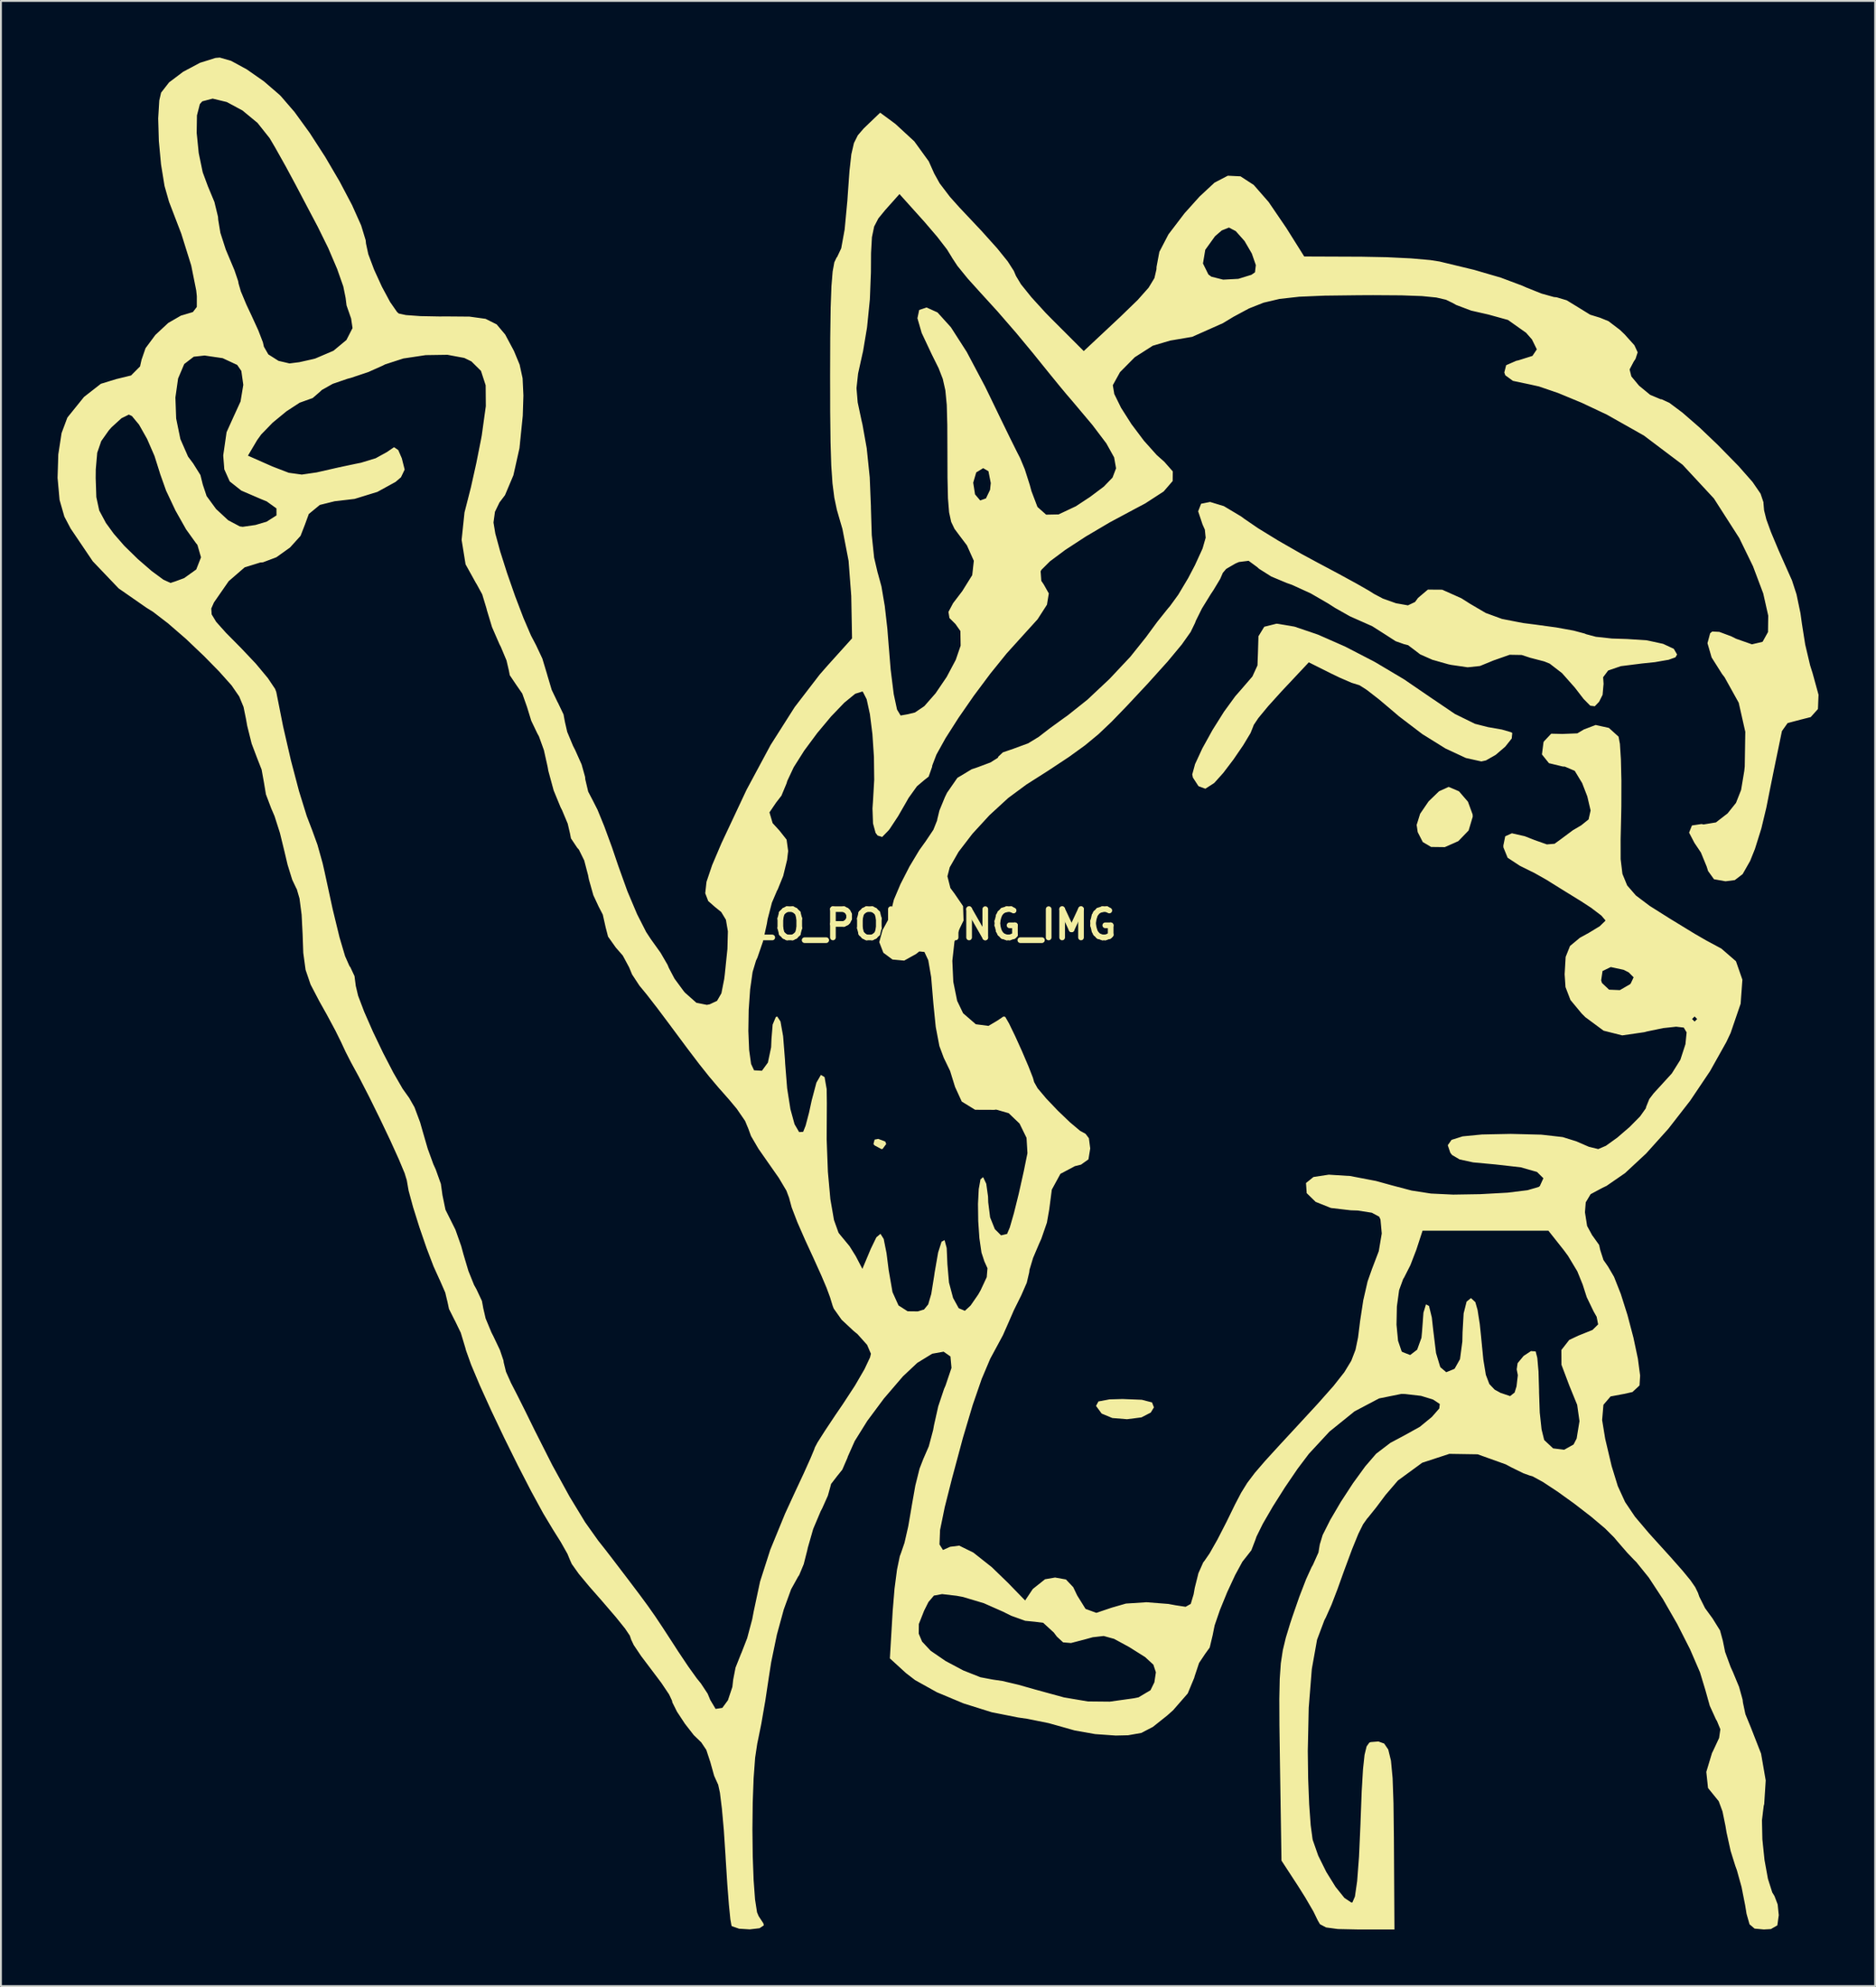
<source format=kicad_pcb>
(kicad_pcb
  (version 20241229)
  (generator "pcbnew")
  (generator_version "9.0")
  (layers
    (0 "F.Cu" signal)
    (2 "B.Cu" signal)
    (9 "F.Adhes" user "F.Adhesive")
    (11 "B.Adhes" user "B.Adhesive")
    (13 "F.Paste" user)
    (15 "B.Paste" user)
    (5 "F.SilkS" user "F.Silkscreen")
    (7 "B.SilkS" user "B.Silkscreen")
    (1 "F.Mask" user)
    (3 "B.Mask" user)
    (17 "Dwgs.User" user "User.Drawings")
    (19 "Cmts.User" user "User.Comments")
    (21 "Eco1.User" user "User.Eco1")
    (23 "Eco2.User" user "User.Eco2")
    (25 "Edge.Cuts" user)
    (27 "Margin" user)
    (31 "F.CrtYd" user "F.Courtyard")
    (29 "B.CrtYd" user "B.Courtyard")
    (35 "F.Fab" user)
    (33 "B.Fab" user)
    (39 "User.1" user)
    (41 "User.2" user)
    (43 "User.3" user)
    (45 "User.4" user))
  (footprint "FLO_POINTING_IMG"
    (layer "F.Cu")
    (at 45.793 45.936)
    (property "Reference" "FLO_POINTING_IMG" (at 0 0 0) (layer "F.SilkS") (effects (font (size 1.5 1.5) (thickness 0.3))))
    (attr board_only exclude_from_pos_files exclude_from_bom)
    (fp_poly (pts (xy -1.943 11.49) (xy -1.891 11.619) (xy -2.085 11.882) (xy -2.146 11.889) (xy -2.512 11.693) (xy -2.567 11.619) (xy -2.506 11.388) (xy -2.313 11.349)) (stroke (width 0) (type solid)) (fill yes) (layer "F.SilkS"))
    (fp_poly (pts (xy 11.653 25.171) (xy 12.191 25.311) (xy 12.292 25.573) (xy 12.124 25.848) (xy 11.631 26.103) (xy 10.869 26.2) (xy 10.086 26.136) (xy 9.534 25.907) (xy 9.511 25.886) (xy 9.224 25.495) (xy 9.352 25.259) (xy 9.94 25.149) (xy 10.628 25.13)) (stroke (width 0) (type solid)) (fill yes) (layer "F.SilkS"))
    (fp_poly (pts (xy 28.453 -7.065) (xy 28.93 -6.511) (xy 29.176 -5.84) (xy 29.183 -5.721) (xy 28.965 -4.99) (xy 28.418 -4.425) (xy 27.702 -4.107) (xy 26.977 -4.116) (xy 26.535 -4.377) (xy 26.267 -4.902) (xy 26.211 -5.284) (xy 26.395 -5.874) (xy 26.842 -6.529) (xy 27.395 -7.065) (xy 27.899 -7.295) (xy 27.912 -7.296)) (stroke (width 0) (type solid)) (fill yes) (layer "F.SilkS"))
    (fp_poly (pts (xy 19.737 -15.789) (xy 20.983 -15.365) (xy 22.44 -14.723) (xy 23.997 -13.916) (xy 25.543 -12.997) (xy 26.929 -12.049) (xy 28.242 -11.16) (xy 29.299 -10.641) (xy 29.991 -10.465) (xy 30.728 -10.336) (xy 31.209 -10.196) (xy 31.278 -10.155) (xy 31.248 -9.862) (xy 30.905 -9.43) (xy 30.4 -8.997) (xy 29.882 -8.701) (xy 29.638 -8.647) (xy 28.817 -8.83) (xy 27.736 -9.334) (xy 26.515 -10.093) (xy 25.27 -11.041) (xy 24.995 -11.277) (xy 24.206 -11.943) (xy 23.562 -12.442) (xy 23.176 -12.687) (xy 23.133 -12.699) (xy 22.768 -12.812) (xy 22.108 -13.098) (xy 21.694 -13.298) (xy 20.496 -13.897) (xy 19.03 -12.334) (xy 18.341 -11.571) (xy 17.826 -10.948) (xy 17.575 -10.574) (xy 17.564 -10.533) (xy 17.411 -10.151) (xy 17.022 -9.505) (xy 16.505 -8.749) (xy 15.965 -8.038) (xy 15.508 -7.528) (xy 15.476 -7.498) (xy 15.016 -7.201) (xy 14.666 -7.33) (xy 14.642 -7.353) (xy 14.358 -7.79) (xy 14.322 -7.958) (xy 14.471 -8.505) (xy 14.857 -9.339) (xy 15.397 -10.315) (xy 16.006 -11.284) (xy 16.602 -12.102) (xy 16.896 -12.437) (xy 17.508 -13.146) (xy 17.778 -13.734) (xy 17.802 -14.361) (xy 17.829 -15.278) (xy 18.137 -15.782) (xy 18.773 -15.942) (xy 18.813 -15.943)) (stroke (width 0) (type solid)) (fill yes) (layer "F.SilkS"))
    (fp_poly (pts (xy -36.601 -45.764) (xy -35.771 -45.312) (xy -34.862 -44.677) (xy -34.028 -43.957) (xy -33.962 -43.891) (xy -33.239 -43.053) (xy -32.436 -41.946) (xy -31.618 -40.681) (xy -30.848 -39.368) (xy -30.19 -38.119) (xy -29.709 -37.044) (xy -29.469 -36.256) (xy -29.453 -36.086) (xy -29.331 -35.521) (xy -29.022 -34.697) (xy -28.608 -33.792) (xy -28.174 -32.985) (xy -27.805 -32.455) (xy -27.717 -32.376) (xy -27.34 -32.295) (xy -26.569 -32.239) (xy -25.551 -32.22) (xy -25.23 -32.223) (xy -23.972 -32.213) (xy -23.117 -32.095) (xy -22.53 -31.801) (xy -22.078 -31.263) (xy -21.623 -30.412) (xy -21.61 -30.385) (xy -21.313 -29.669) (xy -21.156 -28.946) (xy -21.113 -28.031) (xy -21.147 -26.962) (xy -21.321 -25.245) (xy -21.643 -23.809) (xy -22.088 -22.754) (xy -22.382 -22.365) (xy -22.62 -21.873) (xy -22.698 -21.306) (xy -22.601 -20.72) (xy -22.345 -19.779) (xy -21.978 -18.625) (xy -21.551 -17.402) (xy -21.112 -16.251) (xy -20.711 -15.317) (xy -20.446 -14.813) (xy -20.11 -14.099) (xy -19.855 -13.253) (xy -19.853 -13.24) (xy -19.612 -12.433) (xy -19.299 -11.78) (xy -19.286 -11.762) (xy -18.988 -11.139) (xy -18.915 -10.747) (xy -18.792 -10.212) (xy -18.485 -9.474) (xy -18.374 -9.258) (xy -18.03 -8.488) (xy -17.844 -7.825) (xy -17.834 -7.698) (xy -17.681 -7.047) (xy -17.433 -6.573) (xy -17.187 -6.088) (xy -16.832 -5.219) (xy -16.421 -4.1) (xy -16.085 -3.11) (xy -15.603 -1.769) (xy -15.088 -0.551) (xy -14.609 0.391) (xy -14.361 0.768) (xy -13.846 1.488) (xy -13.477 2.124) (xy -13.405 2.297) (xy -13.108 2.86) (xy -12.618 3.526) (xy -12.548 3.607) (xy -11.949 4.138) (xy -11.394 4.249) (xy -11.242 4.219) (xy -10.855 4.037) (xy -10.624 3.638) (xy -10.474 2.877) (xy -10.444 2.639) (xy -10.304 1.286) (xy -10.279 0.356) (xy -10.384 -0.26) (xy -10.634 -0.671) (xy -10.947 -0.923) (xy -11.321 -1.249) (xy -11.48 -1.664) (xy -11.413 -2.268) (xy -11.112 -3.159) (xy -10.616 -4.323) (xy -9.29 -7.146) (xy -8.015 -9.52) (xy -6.74 -11.527) (xy -5.417 -13.249) (xy -4.996 -13.73) (xy -3.702 -15.166) (xy -3.744 -17.415) (xy -3.885 -19.274) (xy -4.212 -20.967) (xy -4.325 -21.351) (xy -4.505 -21.975) (xy -4.641 -22.62) (xy -4.738 -23.376) (xy -4.803 -24.33) (xy -4.841 -25.569) (xy -4.86 -27.182) (xy -4.862 -28.423) (xy -3.466 -28.423) (xy -3.403 -27.669) (xy -3.193 -26.682) (xy -3.152 -26.51) (xy -2.924 -25.238) (xy -2.765 -23.696) (xy -2.702 -22.153) (xy -2.702 -22.084) (xy -2.657 -20.64) (xy -2.532 -19.443) (xy -2.343 -18.636) (xy -2.333 -18.61) (xy -2.145 -17.921) (xy -1.968 -16.881) (xy -1.831 -15.678) (xy -1.799 -15.267) (xy -1.656 -13.515) (xy -1.494 -12.215) (xy -1.318 -11.395) (xy -1.132 -11.084) (xy -1.115 -11.082) (xy -0.744 -11.148) (xy -0.368 -11.241) (xy 0.126 -11.575) (xy 0.722 -12.254) (xy 1.312 -13.123) (xy 1.793 -14.029) (xy 2.051 -14.781) (xy 2.039 -15.555) (xy 1.78 -15.923) (xy 1.458 -16.246) (xy 1.406 -16.569) (xy 1.653 -17.034) (xy 2.135 -17.666) (xy 2.665 -18.516) (xy 2.75 -19.277) (xy 2.384 -20.094) (xy 1.984 -20.624) (xy 1.727 -20.969) (xy 1.55 -21.34) (xy 1.44 -21.844) (xy 1.38 -22.586) (xy 1.361 -23.414) (xy 2.717 -23.414) (xy 2.815 -22.795) (xy 3.088 -22.473) (xy 3.394 -22.583) (xy 3.61 -23.036) (xy 3.648 -23.396) (xy 3.525 -24.021) (xy 3.246 -24.184) (xy 2.877 -23.958) (xy 2.717 -23.414) (xy 1.361 -23.414) (xy 1.355 -23.669) (xy 1.351 -24.999) (xy 1.345 -26.476) (xy 1.316 -27.537) (xy 1.242 -28.308) (xy 1.105 -28.914) (xy 0.885 -29.48) (xy 0.562 -30.131) (xy 0.54 -30.173) (xy -0.011 -31.344) (xy -0.238 -32.127) (xy -0.145 -32.564) (xy 0.248 -32.696) (xy 0.826 -32.434) (xy 1.536 -31.648) (xy 2.376 -30.34) (xy 3.345 -28.51) (xy 3.609 -27.967) (xy 4.166 -26.814) (xy 4.661 -25.799) (xy 5.034 -25.047) (xy 5.2 -24.724) (xy 5.448 -24.13) (xy 5.717 -23.287) (xy 5.803 -22.968) (xy 6.122 -22.129) (xy 6.581 -21.72) (xy 7.24 -21.733) (xy 8.156 -22.165) (xy 8.917 -22.666) (xy 9.636 -23.206) (xy 10.098 -23.684) (xy 10.286 -24.176) (xy 10.183 -24.755) (xy 9.772 -25.495) (xy 9.035 -26.469) (xy 7.955 -27.753) (xy 7.655 -28.102) (xy 7.327 -28.496) (xy 6.767 -29.182) (xy 6.083 -30.029) (xy 5.894 -30.264) (xy 5 -31.342) (xy 4.007 -32.487) (xy 3.128 -33.452) (xy 3.12 -33.46) (xy 2.424 -34.231) (xy 1.879 -34.902) (xy 1.594 -35.336) (xy 1.587 -35.353) (xy 1.328 -35.772) (xy 0.81 -36.443) (xy 0.142 -37.224) (xy 0.114 -37.255) (xy -1.189 -38.705) (xy -1.945 -37.858) (xy -2.306 -37.417) (xy -2.53 -36.986) (xy -2.648 -36.422) (xy -2.695 -35.58) (xy -2.702 -34.554) (xy -2.758 -33.127) (xy -2.907 -31.641) (xy -3.119 -30.376) (xy -3.152 -30.235) (xy -3.382 -29.195) (xy -3.466 -28.423) (xy -4.862 -28.423) (xy -4.864 -29.05) (xy -4.857 -31.098) (xy -4.835 -32.665) (xy -4.794 -33.814) (xy -4.73 -34.602) (xy -4.64 -35.092) (xy -4.52 -35.343) (xy -4.493 -35.369) (xy -4.275 -35.832) (xy -4.094 -36.828) (xy -3.949 -38.36) (xy -3.932 -38.614) (xy -3.838 -39.924) (xy -3.739 -40.814) (xy -3.602 -41.405) (xy -3.397 -41.817) (xy -3.092 -42.172) (xy -2.977 -42.284) (xy -2.212 -43.017) (xy -1.405 -42.421) (xy -0.403 -41.497) (xy 0.363 -40.439) (xy 0.654 -39.788) (xy 0.941 -39.272) (xy 1.483 -38.56) (xy 1.976 -38.008) (xy 3.152 -36.76) (xy 3.992 -35.825) (xy 4.547 -35.137) (xy 4.87 -34.633) (xy 4.983 -34.367) (xy 5.25 -33.923) (xy 5.808 -33.231) (xy 6.553 -32.414) (xy 6.869 -32.092) (xy 8.574 -30.387) (xy 10.502 -32.193) (xy 11.429 -33.091) (xy 12.01 -33.745) (xy 12.319 -34.255) (xy 12.426 -34.72) (xy 12.43 -34.845) (xy 12.464 -35.027) (xy 14.89 -35.027) (xy 15.178 -34.445) (xy 15.335 -34.328) (xy 15.96 -34.171) (xy 16.765 -34.214) (xy 17.458 -34.428) (xy 17.646 -34.561) (xy 17.691 -34.941) (xy 17.478 -35.555) (xy 17.093 -36.217) (xy 16.628 -36.741) (xy 16.268 -36.93) (xy 15.885 -36.778) (xy 15.529 -36.471) (xy 15.011 -35.751) (xy 14.89 -35.027) (xy 12.464 -35.027) (xy 12.58 -35.645) (xy 13.061 -36.569) (xy 13.913 -37.687) (xy 14.709 -38.573) (xy 15.504 -39.312) (xy 16.207 -39.677) (xy 16.879 -39.644) (xy 17.579 -39.189) (xy 18.365 -38.289) (xy 19.298 -36.921) (xy 19.449 -36.681) (xy 20.254 -35.398) (xy 23.3 -35.386) (xy 24.654 -35.359) (xy 25.92 -35.297) (xy 26.934 -35.208) (xy 27.427 -35.131) (xy 29.255 -34.69) (xy 30.673 -34.276) (xy 31.804 -33.852) (xy 32.05 -33.743) (xy 32.834 -33.431) (xy 33.476 -33.252) (xy 33.628 -33.236) (xy 34.163 -33.076) (xy 34.784 -32.696) (xy 35.403 -32.314) (xy 35.922 -32.155) (xy 36.373 -31.972) (xy 36.98 -31.51) (xy 37.234 -31.267) (xy 37.748 -30.695) (xy 37.92 -30.32) (xy 37.806 -29.972) (xy 37.71 -29.827) (xy 37.493 -29.413) (xy 37.585 -29.045) (xy 37.993 -28.554) (xy 38.582 -28.069) (xy 39.137 -27.835) (xy 39.194 -27.832) (xy 39.599 -27.645) (xy 40.293 -27.126) (xy 41.197 -26.34) (xy 42.155 -25.427) (xy 43.264 -24.296) (xy 44.007 -23.452) (xy 44.431 -22.834) (xy 44.583 -22.382) (xy 44.585 -22.327) (xy 44.618 -21.947) (xy 44.738 -21.469) (xy 44.982 -20.798) (xy 45.382 -19.843) (xy 45.975 -18.508) (xy 46.096 -18.239) (xy 46.337 -17.495) (xy 46.545 -16.499) (xy 46.622 -15.943) (xy 46.797 -14.838) (xy 47.057 -13.738) (xy 47.19 -13.315) (xy 47.502 -12.18) (xy 47.472 -11.424) (xy 47.088 -10.996) (xy 46.545 -10.859) (xy 45.865 -10.68) (xy 45.566 -10.259) (xy 45.548 -10.183) (xy 45.402 -9.472) (xy 45.258 -8.782) (xy 45.115 -8.084) (xy 44.915 -7.093) (xy 44.741 -6.215) (xy 44.472 -5.093) (xy 44.133 -4.009) (xy 43.88 -3.378) (xy 43.481 -2.677) (xy 43.069 -2.362) (xy 42.576 -2.297) (xy 41.964 -2.406) (xy 41.65 -2.843) (xy 41.58 -3.069) (xy 41.27 -3.823) (xy 40.926 -4.335) (xy 40.645 -4.875) (xy 40.795 -5.254) (xy 41.307 -5.331) (xy 41.41 -5.308) (xy 42.066 -5.416) (xy 42.686 -5.896) (xy 43.129 -6.45) (xy 43.4 -7.135) (xy 43.568 -8.138) (xy 43.594 -8.379) (xy 43.622 -10.218) (xy 43.274 -11.757) (xy 42.524 -13.108) (xy 42.392 -13.279) (xy 41.838 -14.156) (xy 41.619 -14.911) (xy 41.76 -15.437) (xy 41.87 -15.529) (xy 42.247 -15.51) (xy 42.883 -15.273) (xy 43.135 -15.147) (xy 43.973 -14.852) (xy 44.537 -14.983) (xy 44.826 -15.502) (xy 44.838 -16.369) (xy 44.573 -17.545) (xy 44.029 -18.991) (xy 43.302 -20.483) (xy 41.958 -22.58) (xy 40.3 -24.366) (xy 38.25 -25.912) (xy 36.293 -27.017) (xy 34.96 -27.646) (xy 33.711 -28.163) (xy 32.689 -28.513) (xy 32.158 -28.631) (xy 31.311 -28.809) (xy 30.908 -29.104) (xy 30.855 -29.253) (xy 30.953 -29.639) (xy 31.492 -29.873) (xy 31.6 -29.896) (xy 32.345 -30.131) (xy 32.578 -30.478) (xy 32.32 -31.003) (xy 32.009 -31.356) (xy 31.049 -32.036) (xy 30.021 -32.32) (xy 29.102 -32.53) (xy 28.304 -32.831) (xy 28.114 -32.938) (xy 27.762 -33.107) (xy 27.252 -33.225) (xy 26.496 -33.3) (xy 25.408 -33.339) (xy 23.904 -33.349) (xy 23.115 -33.345) (xy 21.342 -33.324) (xy 19.994 -33.267) (xy 18.952 -33.151) (xy 18.102 -32.951) (xy 17.327 -32.644) (xy 16.51 -32.205) (xy 15.943 -31.863) (xy 14.319 -31.141) (xy 13.154 -30.943) (xy 12.229 -30.669) (xy 11.278 -30.061) (xy 10.496 -29.272) (xy 10.113 -28.578) (xy 10.191 -28.115) (xy 10.549 -27.385) (xy 11.101 -26.517) (xy 11.76 -25.64) (xy 12.437 -24.883) (xy 12.846 -24.518) (xy 13.29 -24.013) (xy 13.284 -23.501) (xy 12.806 -22.948) (xy 11.834 -22.317) (xy 11.298 -22.033) (xy 9.947 -21.309) (xy 8.682 -20.562) (xy 7.596 -19.854) (xy 6.782 -19.247) (xy 6.335 -18.802) (xy 6.289 -18.719) (xy 6.326 -18.213) (xy 6.449 -18.032) (xy 6.723 -17.547) (xy 6.625 -16.951) (xy 6.129 -16.179) (xy 5.282 -15.245) (xy 4.49 -14.369) (xy 3.623 -13.296) (xy 2.748 -12.124) (xy 1.936 -10.952) (xy 1.252 -9.88) (xy 0.767 -9.006) (xy 0.547 -8.429) (xy 0.54 -8.361) (xy 0.357 -7.842) (xy 0.124 -7.659) (xy -0.263 -7.331) (xy -0.706 -6.714) (xy -0.816 -6.519) (xy -1.264 -5.742) (xy -1.696 -5.086) (xy -1.761 -5) (xy -2.105 -4.646) (xy -2.347 -4.721) (xy -2.456 -4.865) (xy -2.59 -5.361) (xy -2.619 -6.156) (xy -2.59 -6.575) (xy -2.527 -7.676) (xy -2.542 -8.89) (xy -2.622 -10.09) (xy -2.755 -11.149) (xy -2.927 -11.94) (xy -3.128 -12.335) (xy -3.157 -12.351) (xy -3.532 -12.233) (xy -4.111 -11.76) (xy -4.81 -11.032) (xy -5.545 -10.152) (xy -6.234 -9.222) (xy -6.791 -8.342) (xy -7.133 -7.615) (xy -7.17 -7.488) (xy -7.442 -6.833) (xy -7.728 -6.463) (xy -8.077 -5.948) (xy -7.909 -5.379) (xy -7.542 -4.977) (xy -7.169 -4.504) (xy -7.087 -3.901) (xy -7.143 -3.43) (xy -7.35 -2.58) (xy -7.638 -1.869) (xy -7.675 -1.805) (xy -7.948 -1.163) (xy -8.174 -0.291) (xy -8.217 -0.039) (xy -8.424 0.901) (xy -8.717 1.752) (xy -8.79 1.906) (xy -8.971 2.511) (xy -9.101 3.428) (xy -9.177 4.516) (xy -9.195 5.633) (xy -9.154 6.634) (xy -9.051 7.378) (xy -8.893 7.716) (xy -8.476 7.74) (xy -8.16 7.307) (xy -7.989 6.497) (xy -7.971 6.066) (xy -7.908 5.294) (xy -7.74 4.893) (xy -7.666 4.864) (xy -7.493 5.128) (xy -7.355 5.9) (xy -7.256 7.148) (xy -7.245 7.363) (xy -7.14 8.674) (xy -6.967 9.772) (xy -6.748 10.572) (xy -6.505 10.989) (xy -6.292 10.976) (xy -6.162 10.649) (xy -5.98 9.959) (xy -5.841 9.318) (xy -5.591 8.372) (xy -5.352 7.959) (xy -5.158 8.074) (xy -5.047 8.71) (xy -5.037 9.457) (xy -5.047 11.366) (xy -4.982 13.089) (xy -4.85 14.544) (xy -4.659 15.648) (xy -4.418 16.321) (xy -4.334 16.429) (xy -3.833 17.035) (xy -3.505 17.562) (xy -3.154 18.235) (xy -2.707 17.17) (xy -2.414 16.564) (xy -2.196 16.38) (xy -2.025 16.649) (xy -1.875 17.404) (xy -1.762 18.295) (xy -1.558 19.468) (xy -1.239 20.174) (xy -0.756 20.483) (xy -0.218 20.489) (xy 0.112 20.388) (xy 0.333 20.119) (xy 0.495 19.565) (xy 0.649 18.609) (xy 0.676 18.417) (xy 0.858 17.371) (xy 1.041 16.797) (xy 1.2 16.712) (xy 1.312 17.129) (xy 1.351 18.001) (xy 1.434 18.959) (xy 1.651 19.776) (xy 1.95 20.32) (xy 2.276 20.457) (xy 2.578 20.179) (xy 2.98 19.597) (xy 3.107 19.374) (xy 3.435 18.673) (xy 3.473 18.201) (xy 3.31 17.842) (xy 3.155 17.369) (xy 3.045 16.61) (xy 2.983 15.705) (xy 2.971 14.791) (xy 3.011 14.007) (xy 3.104 13.491) (xy 3.243 13.376) (xy 3.409 13.727) (xy 3.504 14.409) (xy 3.513 14.709) (xy 3.613 15.506) (xy 3.864 16.131) (xy 4.193 16.46) (xy 4.511 16.385) (xy 4.656 16.042) (xy 4.873 15.29) (xy 5.131 14.251) (xy 5.4 13.048) (xy 5.591 12.106) (xy 5.543 11.294) (xy 5.172 10.537) (xy 4.597 9.987) (xy 3.935 9.798) (xy 3.828 9.811) (xy 2.818 9.807) (xy 2.11 9.371) (xy 1.755 8.595) (xy 1.493 7.749) (xy 1.157 7.053) (xy 0.925 6.428) (xy 0.732 5.417) (xy 0.607 4.173) (xy 0.49 2.78) (xy 0.337 1.886) (xy 0.132 1.446) (xy -0.139 1.419) (xy -0.313 1.556) (xy -0.939 1.904) (xy -1.559 1.847) (xy -2.043 1.487) (xy -2.26 0.926) (xy -2.08 0.267) (xy -2.039 0.205) (xy -1.722 -0.382) (xy -1.621 -0.774) (xy -1.486 -1.321) (xy -1.136 -2.147) (xy -0.659 -3.079) (xy -0.139 -3.946) (xy 0.196 -4.412) (xy 0.608 -5.027) (xy 0.807 -5.526) (xy 0.811 -5.571) (xy 0.928 -6.049) (xy 1.219 -6.758) (xy 1.332 -6.988) (xy 1.878 -7.777) (xy 2.638 -8.233) (xy 2.953 -8.339) (xy 3.629 -8.592) (xy 4.017 -8.835) (xy 4.053 -8.906) (xy 4.286 -9.126) (xy 4.842 -9.317) (xy 5.63 -9.607) (xy 6.186 -9.947) (xy 6.769 -10.397) (xy 7.522 -10.944) (xy 7.714 -11.079) (xy 8.769 -11.919) (xy 9.94 -13.019) (xy 11.041 -14.191) (xy 11.885 -15.247) (xy 11.889 -15.254) (xy 12.468 -16.042) (xy 13.041 -16.759) (xy 13.145 -16.879) (xy 13.583 -17.482) (xy 14.105 -18.357) (xy 14.467 -19.048) (xy 14.869 -19.927) (xy 15.033 -20.5) (xy 14.989 -20.929) (xy 14.868 -21.2) (xy 14.635 -21.898) (xy 14.791 -22.299) (xy 15.268 -22.394) (xy 15.998 -22.172) (xy 16.913 -21.625) (xy 17.059 -21.516) (xy 17.808 -21.003) (xy 18.877 -20.347) (xy 20.103 -19.644) (xy 20.948 -19.188) (xy 22.06 -18.596) (xy 23.009 -18.078) (xy 23.682 -17.694) (xy 23.955 -17.521) (xy 24.425 -17.273) (xy 25.112 -17.029) (xy 25.749 -16.915) (xy 26.125 -17.094) (xy 26.284 -17.31) (xy 26.806 -17.751) (xy 27.563 -17.746) (xy 28.58 -17.291) (xy 29.053 -16.992) (xy 29.871 -16.512) (xy 30.733 -16.197) (xy 31.839 -15.981) (xy 32.511 -15.895) (xy 33.603 -15.746) (xy 34.526 -15.578) (xy 35.115 -15.421) (xy 35.192 -15.387) (xy 35.701 -15.252) (xy 36.55 -15.159) (xy 37.369 -15.132) (xy 38.414 -15.062) (xy 39.27 -14.876) (xy 39.835 -14.613) (xy 40.009 -14.312) (xy 39.923 -14.163) (xy 39.561 -14.033) (xy 38.838 -13.908) (xy 38.167 -13.838) (xy 37.026 -13.694) (xy 36.356 -13.463) (xy 36.091 -13.109) (xy 36.114 -12.758) (xy 36.062 -12.177) (xy 35.877 -11.808) (xy 35.648 -11.57) (xy 35.409 -11.6) (xy 35.053 -11.961) (xy 34.591 -12.56) (xy 33.913 -13.325) (xy 33.258 -13.83) (xy 32.976 -13.944) (xy 32.23 -14.138) (xy 31.779 -14.287) (xy 31.138 -14.298) (xy 30.275 -13.994) (xy 30.269 -13.991) (xy 29.565 -13.703) (xy 28.913 -13.634) (xy 28.049 -13.76) (xy 27.893 -13.793) (xy 27.041 -14.034) (xy 26.393 -14.322) (xy 26.195 -14.475) (xy 25.756 -14.807) (xy 25.538 -14.862) (xy 25.098 -15.017) (xy 24.558 -15.365) (xy 23.859 -15.81) (xy 23.28 -16.067) (xy 22.677 -16.335) (xy 21.883 -16.784) (xy 21.524 -17.014) (xy 20.594 -17.552) (xy 19.613 -18) (xy 19.32 -18.104) (xy 18.508 -18.444) (xy 17.861 -18.853) (xy 17.763 -18.943) (xy 17.308 -19.276) (xy 16.798 -19.212) (xy 16.614 -19.134) (xy 16.121 -18.848) (xy 15.943 -18.639) (xy 15.803 -18.317) (xy 15.454 -17.736) (xy 15.294 -17.494) (xy 14.838 -16.754) (xy 14.514 -16.103) (xy 14.468 -15.979) (xy 14.236 -15.503) (xy 13.768 -14.842) (xy 13.022 -13.944) (xy 11.958 -12.763) (xy 10.849 -11.577) (xy 10.056 -10.757) (xy 9.361 -10.096) (xy 8.646 -9.504) (xy 7.796 -8.889) (xy 6.694 -8.16) (xy 5.539 -7.425) (xy 4.568 -6.707) (xy 3.582 -5.801) (xy 2.676 -4.815) (xy 1.942 -3.858) (xy 1.473 -3.037) (xy 1.351 -2.562) (xy 1.509 -1.939) (xy 1.727 -1.646) (xy 2.181 -0.98) (xy 2.206 -0.218) (xy 2.007 0.19) (xy 1.724 0.899) (xy 1.612 1.913) (xy 1.662 3.027) (xy 1.867 4.036) (xy 2.181 4.692) (xy 2.854 5.275) (xy 3.525 5.364) (xy 3.995 5.085) (xy 4.318 4.867) (xy 4.413 4.882) (xy 4.616 5.235) (xy 4.939 5.902) (xy 5.307 6.715) (xy 5.645 7.507) (xy 5.881 8.109) (xy 5.945 8.339) (xy 6.127 8.664) (xy 6.59 9.214) (xy 7.205 9.859) (xy 7.844 10.471) (xy 8.378 10.92) (xy 8.668 11.079) (xy 8.846 11.313) (xy 8.917 11.856) (xy 8.822 12.434) (xy 8.429 12.714) (xy 8.102 12.795) (xy 7.338 13.201) (xy 6.882 14.037) (xy 6.746 15.082) (xy 6.622 15.786) (xy 6.324 16.648) (xy 6.215 16.888) (xy 5.889 17.656) (xy 5.701 18.28) (xy 5.684 18.42) (xy 5.554 18.972) (xy 5.264 19.636) (xy 4.873 20.424) (xy 4.589 21.077) (xy 4.291 21.751) (xy 4.073 22.157) (xy 3.62 22.995) (xy 3.166 24.069) (xy 2.691 25.446) (xy 2.172 27.188) (xy 1.589 29.359) (xy 1.21 30.856) (xy 0.961 32.072) (xy 0.931 32.834) (xy 1.117 33.129) (xy 1.494 32.959) (xy 1.978 32.898) (xy 2.726 33.266) (xy 3.704 34.04) (xy 4.548 34.857) (xy 5.468 35.803) (xy 5.874 35.195) (xy 6.522 34.679) (xy 7.055 34.587) (xy 7.631 34.691) (xy 8.017 35.098) (xy 8.224 35.533) (xy 8.669 36.249) (xy 9.241 36.459) (xy 10.028 36.193) (xy 10.03 36.191) (xy 10.811 35.967) (xy 11.894 35.896) (xy 13.057 35.987) (xy 13.44 36.058) (xy 13.97 36.138) (xy 14.243 35.985) (xy 14.396 35.473) (xy 14.455 35.138) (xy 14.649 34.358) (xy 14.902 33.789) (xy 14.969 33.704) (xy 15.241 33.309) (xy 15.658 32.573) (xy 16.135 31.644) (xy 16.204 31.503) (xy 16.594 30.705) (xy 16.912 30.097) (xy 17.234 29.577) (xy 17.635 29.046) (xy 18.189 28.402) (xy 18.973 27.544) (xy 19.839 26.608) (xy 20.979 25.372) (xy 21.807 24.438) (xy 22.377 23.714) (xy 22.747 23.106) (xy 22.971 22.523) (xy 23.106 21.872) (xy 23.191 21.195) (xy 25.144 21.195) (xy 25.226 22.047) (xy 25.412 22.595) (xy 25.448 22.637) (xy 25.868 22.8) (xy 26.237 22.517) (xy 26.466 21.885) (xy 26.5 21.516) (xy 26.571 20.556) (xy 26.705 20.116) (xy 26.865 20.199) (xy 27.015 20.811) (xy 27.085 21.444) (xy 27.238 22.696) (xy 27.463 23.441) (xy 27.779 23.711) (xy 28.202 23.537) (xy 28.226 23.518) (xy 28.507 23.02) (xy 28.632 22.087) (xy 28.643 21.6) (xy 28.7 20.598) (xy 28.856 19.973) (xy 29.088 19.783) (xy 29.32 19.998) (xy 29.437 20.407) (xy 29.556 21.165) (xy 29.625 21.827) (xy 29.745 23.051) (xy 29.877 23.85) (xy 30.064 24.339) (xy 30.344 24.634) (xy 30.659 24.806) (xy 31.163 24.975) (xy 31.401 24.787) (xy 31.502 24.462) (xy 31.572 23.867) (xy 31.512 23.56) (xy 31.56 23.232) (xy 31.876 22.849) (xy 32.266 22.591) (xy 32.515 22.607) (xy 32.603 22.948) (xy 32.667 23.679) (xy 32.695 24.652) (xy 32.696 24.787) (xy 32.732 25.843) (xy 32.829 26.738) (xy 32.965 27.289) (xy 32.975 27.309) (xy 33.44 27.745) (xy 34.027 27.818) (xy 34.524 27.54) (xy 34.687 27.224) (xy 34.838 26.303) (xy 34.715 25.439) (xy 34.297 24.413) (xy 33.884 23.317) (xy 33.879 22.532) (xy 34.294 22.001) (xy 34.771 21.775) (xy 35.525 21.473) (xy 35.826 21.177) (xy 35.747 20.773) (xy 35.587 20.492) (xy 35.222 19.735) (xy 35.007 19.066) (xy 34.723 18.366) (xy 34.228 17.543) (xy 34.006 17.242) (xy 33.191 16.213) (xy 29.857 16.213) (xy 26.523 16.213) (xy 26.193 17.226) (xy 25.88 18.038) (xy 25.542 18.704) (xy 25.497 18.772) (xy 25.282 19.361) (xy 25.163 20.234) (xy 25.144 21.195) (xy 23.191 21.195) (xy 23.208 21.059) (xy 23.214 21.008) (xy 23.382 19.902) (xy 23.611 18.904) (xy 23.849 18.229) (xy 23.85 18.227) (xy 24.205 17.297) (xy 24.362 16.359) (xy 24.295 15.622) (xy 24.226 15.47) (xy 23.836 15.261) (xy 23.085 15.144) (xy 22.712 15.132) (xy 21.67 15.01) (xy 20.86 14.686) (xy 20.386 14.224) (xy 20.348 13.688) (xy 20.745 13.368) (xy 21.555 13.245) (xy 22.689 13.316) (xy 24.058 13.579) (xy 24.88 13.806) (xy 25.941 14.086) (xy 26.965 14.245) (xy 28.146 14.301) (xy 29.57 14.278) (xy 31.035 14.198) (xy 32.087 14.068) (xy 32.671 13.897) (xy 32.737 13.848) (xy 32.925 13.434) (xy 32.587 13.101) (xy 31.731 12.856) (xy 30.366 12.701) (xy 30.347 12.7) (xy 29.201 12.593) (xy 28.485 12.437) (xy 28.088 12.203) (xy 27.995 12.084) (xy 27.859 11.685) (xy 28.06 11.401) (xy 28.646 11.216) (xy 29.67 11.116) (xy 31.18 11.085) (xy 31.21 11.085) (xy 32.816 11.125) (xy 33.95 11.254) (xy 34.675 11.48) (xy 34.686 11.486) (xy 35.342 11.771) (xy 35.833 11.889) (xy 36.238 11.715) (xy 36.842 11.281) (xy 37.495 10.718) (xy 38.048 10.158) (xy 38.35 9.733) (xy 38.37 9.651) (xy 38.537 9.238) (xy 38.763 8.94) (xy 39.237 8.422) (xy 39.729 7.883) (xy 40.182 7.16) (xy 40.452 6.33) (xy 40.514 5.707) (xy 40.362 5.452) (xy 39.959 5.406) (xy 39.271 5.48) (xy 38.413 5.659) (xy 38.271 5.697) (xy 37.104 5.866) (xy 36.115 5.617) (xy 35.28 4.999) (xy 40.802 4.999) (xy 40.937 5.134) (xy 41.072 4.999) (xy 40.937 4.864) (xy 40.802 4.999) (xy 35.28 4.999) (xy 35.151 4.904) (xy 34.956 4.71) (xy 34.359 3.99) (xy 34.097 3.307) (xy 34.073 2.95) (xy 35.986 2.95) (xy 36.029 3.089) (xy 36.405 3.445) (xy 36.978 3.468) (xy 37.518 3.155) (xy 37.554 3.114) (xy 37.706 2.789) (xy 37.443 2.526) (xy 37.174 2.392) (xy 36.496 2.246) (xy 36.06 2.456) (xy 35.986 2.95) (xy 34.073 2.95) (xy 34.051 2.63) (xy 34.105 1.709) (xy 34.337 1.129) (xy 34.86 0.694) (xy 35.33 0.436) (xy 35.906 0.087) (xy 36.199 -0.195) (xy 36.209 -0.232) (xy 35.997 -0.481) (xy 35.451 -0.896) (xy 34.925 -1.239) (xy 34.099 -1.748) (xy 33.388 -2.19) (xy 33.101 -2.37) (xy 32.473 -2.725) (xy 31.705 -3.106) (xy 31.682 -3.117) (xy 31.031 -3.545) (xy 30.808 -4.091) (xy 30.804 -4.192) (xy 30.904 -4.681) (xy 31.256 -4.841) (xy 31.94 -4.685) (xy 32.462 -4.48) (xy 33.111 -4.251) (xy 33.518 -4.286) (xy 33.846 -4.524) (xy 34.485 -5) (xy 34.927 -5.26) (xy 35.32 -5.575) (xy 35.427 -6.049) (xy 35.252 -6.795) (xy 34.98 -7.498) (xy 34.586 -8.149) (xy 34.063 -8.373) (xy 33.959 -8.377) (xy 33.219 -8.555) (xy 32.849 -9.018) (xy 32.931 -9.659) (xy 32.958 -9.713) (xy 33.34 -10.117) (xy 33.933 -10.103) (xy 34.725 -10.135) (xy 35.071 -10.341) (xy 35.696 -10.578) (xy 36.395 -10.423) (xy 36.907 -9.961) (xy 36.98 -9.575) (xy 37.032 -8.76) (xy 37.059 -7.627) (xy 37.056 -6.286) (xy 37.05 -5.954) (xy 37.017 -4.527) (xy 37.019 -3.47) (xy 37.114 -2.687) (xy 37.364 -2.078) (xy 37.826 -1.546) (xy 38.559 -0.993) (xy 39.625 -0.321) (xy 40.937 0.481) (xy 41.556 0.838) (xy 42.314 1.246) (xy 42.353 1.266) (xy 43.128 1.938) (xy 43.469 2.917) (xy 43.375 4.189) (xy 42.845 5.738) (xy 42.618 6.219) (xy 41.752 7.765) (xy 40.702 9.327) (xy 39.548 10.811) (xy 38.371 12.121) (xy 37.252 13.162) (xy 36.273 13.838) (xy 36.061 13.939) (xy 35.428 14.278) (xy 35.169 14.711) (xy 35.128 15.238) (xy 35.242 15.963) (xy 35.518 16.469) (xy 35.533 16.483) (xy 35.878 16.968) (xy 35.938 17.238) (xy 36.109 17.767) (xy 36.348 18.109) (xy 36.669 18.658) (xy 37.027 19.565) (xy 37.382 20.687) (xy 37.696 21.878) (xy 37.932 22.994) (xy 38.051 23.89) (xy 38.018 24.413) (xy 37.644 24.76) (xy 37.196 24.86) (xy 36.485 24.994) (xy 36.107 25.436) (xy 36.038 26.244) (xy 36.199 27.233) (xy 36.54 28.678) (xy 36.868 29.745) (xy 37.255 30.589) (xy 37.778 31.365) (xy 38.509 32.228) (xy 38.687 32.426) (xy 39.644 33.482) (xy 40.299 34.224) (xy 40.719 34.735) (xy 40.97 35.099) (xy 41.115 35.398) (xy 41.189 35.609) (xy 41.492 36.211) (xy 41.891 36.758) (xy 42.285 37.393) (xy 42.433 37.939) (xy 42.554 38.532) (xy 42.845 39.326) (xy 42.964 39.586) (xy 43.292 40.379) (xy 43.48 41.054) (xy 43.497 41.207) (xy 43.628 41.827) (xy 43.921 42.541) (xy 44.459 43.919) (xy 44.704 45.337) (xy 44.624 46.587) (xy 44.596 46.697) (xy 44.506 47.445) (xy 44.527 48.457) (xy 44.64 49.551) (xy 44.822 50.549) (xy 45.051 51.27) (xy 45.169 51.462) (xy 45.337 51.904) (xy 45.396 52.475) (xy 45.32 53.016) (xy 44.978 53.212) (xy 44.602 53.232) (xy 44.115 53.187) (xy 43.847 52.959) (xy 43.689 52.405) (xy 43.616 51.953) (xy 43.424 50.981) (xy 43.176 50.089) (xy 43.092 49.859) (xy 42.846 49.073) (xy 42.629 48.09) (xy 42.576 47.766) (xy 42.415 46.98) (xy 42.215 46.438) (xy 42.121 46.322) (xy 41.648 45.738) (xy 41.557 44.885) (xy 41.858 43.886) (xy 41.907 43.79) (xy 42.235 43.087) (xy 42.301 42.627) (xy 42.123 42.193) (xy 42.069 42.104) (xy 41.741 41.384) (xy 41.508 40.552) (xy 41.222 39.608) (xy 40.697 38.391) (xy 40.015 37.048) (xy 39.258 35.73) (xy 38.508 34.587) (xy 37.847 33.767) (xy 37.719 33.641) (xy 37.367 33.272) (xy 36.851 32.677) (xy 36.673 32.465) (xy 36.19 31.983) (xy 35.45 31.359) (xy 34.574 30.682) (xy 33.684 30.041) (xy 32.902 29.526) (xy 32.35 29.225) (xy 32.198 29.183) (xy 31.868 29.064) (xy 31.251 28.762) (xy 30.935 28.594) (xy 29.444 28.059) (xy 27.941 28.036) (xy 26.506 28.506) (xy 25.219 29.447) (xy 24.563 30.212) (xy 24.064 30.878) (xy 23.649 31.395) (xy 23.584 31.469) (xy 23.372 31.768) (xy 23.121 32.275) (xy 22.795 33.075) (xy 22.358 34.251) (xy 22.02 35.195) (xy 21.703 36.022) (xy 21.401 36.7) (xy 21.324 36.846) (xy 20.935 37.881) (xy 20.657 39.433) (xy 20.493 41.488) (xy 20.443 43.774) (xy 20.462 45.231) (xy 20.516 46.589) (xy 20.597 47.707) (xy 20.696 48.444) (xy 20.71 48.503) (xy 20.995 49.318) (xy 21.425 50.187) (xy 21.916 50.978) (xy 22.384 51.561) (xy 22.748 51.805) (xy 22.807 51.8) (xy 22.941 51.488) (xy 23.059 50.667) (xy 23.158 49.367) (xy 23.236 47.619) (xy 23.238 47.539) (xy 23.3 45.91) (xy 23.368 44.748) (xy 23.451 43.98) (xy 23.56 43.533) (xy 23.704 43.333) (xy 23.779 43.305) (xy 24.186 43.273) (xy 24.49 43.383) (xy 24.706 43.699) (xy 24.85 44.289) (xy 24.937 45.217) (xy 24.984 46.55) (xy 25.005 48.353) (xy 25.006 48.488) (xy 25.035 53.232) (xy 23.087 53.232) (xy 22.04 53.21) (xy 21.413 53.126) (xy 21.089 52.954) (xy 20.975 52.759) (xy 20.743 52.282) (xy 20.313 51.543) (xy 19.931 50.935) (xy 19.05 49.584) (xy 18.967 44.257) (xy 18.941 42.418) (xy 18.935 41.018) (xy 18.957 39.956) (xy 19.015 39.129) (xy 19.12 38.437) (xy 19.279 37.777) (xy 19.501 37.048) (xy 19.618 36.691) (xy 19.996 35.603) (xy 20.359 34.665) (xy 20.647 34.033) (xy 20.714 33.919) (xy 21.009 33.259) (xy 21.078 32.838) (xy 21.23 32.337) (xy 21.63 31.541) (xy 22.193 30.581) (xy 22.839 29.591) (xy 23.484 28.703) (xy 24.046 28.05) (xy 24.076 28.02) (xy 24.819 27.453) (xy 25.576 27.049) (xy 26.379 26.604) (xy 27.02 26.077) (xy 27.409 25.632) (xy 27.437 25.395) (xy 27.112 25.178) (xy 27.064 25.153) (xy 26.442 24.963) (xy 25.595 24.864) (xy 25.399 24.86) (xy 24.217 25.1) (xy 22.919 25.785) (xy 21.59 26.858) (xy 20.498 28.037) (xy 19.898 28.833) (xy 19.234 29.809) (xy 18.592 30.824) (xy 18.061 31.739) (xy 17.728 32.413) (xy 17.67 32.581) (xy 17.454 33.144) (xy 17.261 33.392) (xy 16.979 33.749) (xy 16.593 34.46) (xy 16.173 35.365) (xy 15.789 36.305) (xy 15.508 37.122) (xy 15.402 37.65) (xy 15.247 38.297) (xy 15.004 38.634) (xy 14.682 39.117) (xy 14.442 39.84) (xy 14.432 39.889) (xy 14.083 40.729) (xy 13.309 41.617) (xy 13.007 41.887) (xy 12.239 42.5) (xy 11.622 42.821) (xy 10.922 42.943) (xy 10.268 42.958) (xy 9.173 42.881) (xy 8.091 42.689) (xy 7.671 42.569) (xy 6.717 42.302) (xy 5.586 42.073) (xy 5.104 42.003) (xy 3.7 41.725) (xy 2.205 41.256) (xy 0.793 40.665) (xy -0.36 40.023) (xy -0.84 39.654) (xy -1.698 38.871) (xy -1.62 37.561) (xy -0.169 37.561) (xy 0.009 37.982) (xy 0.464 38.468) (xy 1.253 39.01) (xy 2.193 39.51) (xy 3.1 39.87) (xy 3.738 39.991) (xy 4.263 40.068) (xy 5.109 40.268) (xy 5.984 40.516) (xy 7.536 40.941) (xy 8.793 41.152) (xy 9.952 41.163) (xy 11.205 40.988) (xy 11.48 40.933) (xy 12.11 40.557) (xy 12.316 40.138) (xy 12.396 39.608) (xy 12.262 39.203) (xy 11.825 38.801) (xy 10.999 38.282) (xy 10.944 38.25) (xy 10.182 37.837) (xy 9.63 37.684) (xy 9.048 37.751) (xy 8.615 37.871) (xy 7.899 38.057) (xy 7.482 38.023) (xy 7.151 37.719) (xy 6.989 37.503) (xy 6.425 36.986) (xy 5.986 36.93) (xy 5.474 36.88) (xy 4.723 36.61) (xy 4.301 36.399) (xy 3.283 35.949) (xy 2.176 35.617) (xy 1.843 35.555) (xy 1.069 35.464) (xy 0.635 35.545) (xy 0.345 35.887) (xy 0.116 36.345) (xy -0.164 37.054) (xy -0.169 37.561) (xy -1.62 37.561) (xy -1.548 36.349) (xy -1.451 35.176) (xy -1.318 34.161) (xy -1.172 33.459) (xy -1.106 33.283) (xy -0.924 32.752) (xy -0.723 31.869) (xy -0.543 30.822) (xy -0.535 30.767) (xy -0.349 29.715) (xy -0.125 28.818) (xy 0.091 28.261) (xy 0.1 28.246) (xy 0.365 27.636) (xy 0.593 26.781) (xy 0.645 26.498) (xy 0.865 25.517) (xy 1.174 24.593) (xy 1.25 24.42) (xy 1.567 23.481) (xy 1.512 22.877) (xy 1.15 22.622) (xy 0.544 22.731) (xy -0.245 23.215) (xy -1.007 23.931) (xy -2.016 25.108) (xy -2.896 26.292) (xy -3.561 27.359) (xy -3.928 28.184) (xy -3.942 28.236) (xy -4.219 28.875) (xy -4.485 29.205) (xy -4.812 29.629) (xy -4.864 29.828) (xy -4.983 30.251) (xy -5.277 30.909) (xy -5.365 31.078) (xy -5.76 32.013) (xy -6.049 33.021) (xy -6.064 33.101) (xy -6.262 33.881) (xy -6.501 34.457) (xy -6.557 34.537) (xy -6.929 35.208) (xy -7.319 36.279) (xy -7.684 37.615) (xy -7.987 39.079) (xy -8.108 39.856) (xy -8.296 41.104) (xy -8.511 42.346) (xy -8.71 43.324) (xy -8.721 43.369) (xy -8.836 44.132) (xy -8.917 45.223) (xy -8.965 46.53) (xy -8.98 47.939) (xy -8.964 49.336) (xy -8.917 50.608) (xy -8.841 51.641) (xy -8.735 52.323) (xy -8.651 52.525) (xy -8.398 52.91) (xy -8.377 53.016) (xy -8.603 53.167) (xy -9.12 53.227) (xy -9.687 53.192) (xy -10.061 53.062) (xy -10.088 53.029) (xy -10.148 52.697) (xy -10.225 51.933) (xy -10.31 50.845) (xy -10.393 49.542) (xy -10.406 49.314) (xy -10.494 47.977) (xy -10.597 46.831) (xy -10.701 45.987) (xy -10.796 45.554) (xy -10.809 45.531) (xy -11.007 45.093) (xy -11.198 44.409) (xy -11.204 44.384) (xy -11.423 43.719) (xy -11.696 43.312) (xy -11.708 43.303) (xy -12.086 42.937) (xy -12.553 42.337) (xy -12.976 41.695) (xy -13.221 41.205) (xy -13.24 41.108) (xy -13.397 40.777) (xy -13.806 40.167) (xy -14.321 39.483) (xy -14.879 38.743) (xy -15.27 38.16) (xy -15.402 37.881) (xy -15.475 37.666) (xy -15.727 37.291) (xy -16.21 36.69) (xy -16.976 35.798) (xy -17.628 35.056) (xy -18.182 34.389) (xy -18.55 33.871) (xy -18.641 33.669) (xy -18.781 33.33) (xy -19.141 32.694) (xy -19.547 32.048) (xy -20.064 31.187) (xy -20.702 30.016) (xy -21.409 28.645) (xy -22.133 27.181) (xy -22.822 25.732) (xy -23.423 24.406) (xy -23.884 23.311) (xy -24.154 22.555) (xy -24.187 22.428) (xy -24.431 21.62) (xy -24.746 20.968) (xy -24.759 20.949) (xy -25.055 20.36) (xy -25.131 20.003) (xy -25.255 19.489) (xy -25.551 18.812) (xy -25.568 18.78) (xy -25.876 18.099) (xy -26.244 17.133) (xy -26.621 16.038) (xy -26.956 14.971) (xy -27.196 14.089) (xy -27.29 13.549) (xy -27.291 13.541) (xy -27.406 13.166) (xy -27.716 12.424) (xy -28.168 11.427) (xy -28.709 10.29) (xy -29.284 9.123) (xy -29.841 8.041) (xy -30.247 7.296) (xy -30.532 6.739) (xy -30.776 6.215) (xy -31.072 5.616) (xy -31.53 4.763) (xy -31.928 4.053) (xy -32.389 3.17) (xy -32.653 2.393) (xy -32.776 1.493) (xy -32.811 0.508) (xy -32.864 -0.535) (xy -32.975 -1.389) (xy -33.122 -1.891) (xy -33.145 -1.924) (xy -33.362 -2.382) (xy -33.607 -3.175) (xy -33.769 -3.861) (xy -34.013 -4.86) (xy -34.298 -5.751) (xy -34.472 -6.157) (xy -34.755 -6.905) (xy -34.856 -7.512) (xy -34.982 -8.214) (xy -35.237 -8.866) (xy -35.51 -9.589) (xy -35.747 -10.537) (xy -35.811 -10.9) (xy -35.941 -11.536) (xy -36.17 -12.089) (xy -36.574 -12.675) (xy -37.233 -13.413) (xy -38.035 -14.23) (xy -38.997 -15.145) (xy -39.942 -15.963) (xy -40.736 -16.573) (xy -41.014 -16.746) (xy -37.65 -16.746) (xy -37.629 -16.437) (xy -37.389 -16.041) (xy -36.871 -15.462) (xy -36.087 -14.67) (xy -35.289 -13.827) (xy -34.652 -13.062) (xy -34.27 -12.493) (xy -34.206 -12.328) (xy -33.843 -10.497) (xy -33.43 -8.703) (xy -33.002 -7.077) (xy -32.591 -5.751) (xy -32.302 -4.999) (xy -32.025 -4.236) (xy -31.75 -3.254) (xy -31.655 -2.837) (xy -31.219 -0.826) (xy -30.856 0.67) (xy -30.56 1.671) (xy -30.327 2.197) (xy -30.282 2.252) (xy -30.061 2.725) (xy -29.994 3.246) (xy -29.871 3.764) (xy -29.547 4.617) (xy -29.084 5.672) (xy -28.547 6.793) (xy -28.001 7.846) (xy -27.51 8.696) (xy -27.164 9.18) (xy -26.882 9.676) (xy -26.585 10.473) (xy -26.454 10.936) (xy -26.182 11.872) (xy -25.882 12.696) (xy -25.76 12.963) (xy -25.485 13.734) (xy -25.402 14.329) (xy -25.242 15.102) (xy -25.009 15.569) (xy -24.713 16.163) (xy -24.409 17.025) (xy -24.292 17.453) (xy -24.027 18.345) (xy -23.729 19.085) (xy -23.602 19.313) (xy -23.309 19.938) (xy -23.238 20.327) (xy -23.115 20.862) (xy -22.808 21.601) (xy -22.698 21.817) (xy -22.358 22.533) (xy -22.17 23.088) (xy -22.157 23.193) (xy -22.036 23.685) (xy -21.772 24.277) (xy -21.458 24.886) (xy -21.008 25.784) (xy -20.534 26.751) (xy -19.584 28.63) (xy -18.668 30.299) (xy -17.841 31.661) (xy -17.16 32.619) (xy -17.159 32.621) (xy -16.795 33.081) (xy -16.42 33.567) (xy -15.572 34.679) (xy -14.966 35.481) (xy -14.515 36.094) (xy -14.134 36.637) (xy -13.738 37.231) (xy -13.24 37.996) (xy -12.911 38.505) (xy -12.382 39.296) (xy -11.928 39.929) (xy -11.711 40.196) (xy -11.352 40.74) (xy -11.213 41.074) (xy -10.93 41.548) (xy -10.574 41.493) (xy -10.278 41.09) (xy -10.042 40.384) (xy -9.998 39.996) (xy -9.875 39.361) (xy -9.578 38.613) (xy -9.563 38.584) (xy -9.258 37.801) (xy -8.991 36.8) (xy -8.909 36.368) (xy -8.574 34.798) (xy -8.036 33.121) (xy -7.251 31.205) (xy -6.727 30.067) (xy -6.263 29.073) (xy -5.904 28.274) (xy -5.701 27.788) (xy -5.674 27.7) (xy -5.531 27.431) (xy -5.144 26.822) (xy -4.582 25.977) (xy -4.188 25.4) (xy -3.545 24.416) (xy -3.042 23.549) (xy -2.749 22.927) (xy -2.702 22.732) (xy -2.905 22.26) (xy -3.411 21.695) (xy -3.63 21.514) (xy -4.255 20.929) (xy -4.671 20.341) (xy -4.727 20.199) (xy -4.867 19.741) (xy -5.051 19.242) (xy -5.331 18.582) (xy -5.756 17.64) (xy -6.188 16.703) (xy -6.599 15.765) (xy -6.898 14.986) (xy -7.025 14.522) (xy -7.026 14.501) (xy -7.179 14.093) (xy -7.582 13.415) (xy -8.106 12.667) (xy -8.662 11.87) (xy -9.055 11.197) (xy -9.194 10.816) (xy -9.369 10.396) (xy -9.809 9.756) (xy -10.208 9.277) (xy -10.786 8.622) (xy -11.281 8.036) (xy -11.79 7.397) (xy -12.409 6.582) (xy -13.236 5.47) (xy -13.385 5.269) (xy -14.024 4.417) (xy -14.581 3.699) (xy -14.942 3.26) (xy -14.958 3.243) (xy -15.355 2.639) (xy -15.51 2.265) (xy -15.849 1.635) (xy -16.22 1.21) (xy -16.629 0.633) (xy -16.753 0.153) (xy -16.907 -0.532) (xy -17.125 -0.953) (xy -17.408 -1.561) (xy -17.645 -2.402) (xy -17.686 -2.619) (xy -17.892 -3.404) (xy -18.174 -3.976) (xy -18.26 -4.071) (xy -18.594 -4.571) (xy -18.645 -4.833) (xy -18.766 -5.352) (xy -19.066 -6.067) (xy -19.144 -6.219) (xy -19.511 -7.113) (xy -19.792 -8.147) (xy -19.833 -8.377) (xy -20.029 -9.252) (xy -20.29 -9.975) (xy -20.379 -10.137) (xy -20.697 -10.802) (xy -20.923 -11.537) (xy -21.172 -12.24) (xy -21.499 -12.714) (xy -21.835 -13.214) (xy -21.887 -13.48) (xy -22.009 -13.999) (xy -22.308 -14.714) (xy -22.386 -14.866) (xy -22.776 -15.764) (xy -23.052 -16.675) (xy -23.064 -16.735) (xy -23.295 -17.498) (xy -23.607 -18.07) (xy -23.622 -18.087) (xy -24.177 -19.089) (xy -24.387 -20.385) (xy -24.234 -21.836) (xy -24.151 -22.16) (xy -23.896 -23.16) (xy -23.61 -24.442) (xy -23.35 -25.751) (xy -23.316 -25.94) (xy -23.104 -27.469) (xy -23.113 -28.575) (xy -23.362 -29.339) (xy -23.867 -29.839) (xy -24.247 -30.024) (xy -25.137 -30.189) (xy -26.291 -30.172) (xy -27.472 -29.995) (xy -28.443 -29.68) (xy -28.566 -29.617) (xy -29.334 -29.274) (xy -30.263 -28.964) (xy -30.435 -28.919) (xy -31.216 -28.651) (xy -31.792 -28.326) (xy -31.887 -28.235) (xy -32.279 -27.897) (xy -32.464 -27.832) (xy -32.967 -27.652) (xy -33.666 -27.196) (xy -34.399 -26.593) (xy -35.004 -25.97) (xy -35.221 -25.668) (xy -35.707 -24.846) (xy -34.416 -24.275) (xy -33.544 -23.939) (xy -32.854 -23.844) (xy -32.063 -23.959) (xy -31.898 -23.997) (xy -30.902 -24.224) (xy -29.941 -24.427) (xy -29.723 -24.47) (xy -28.94 -24.709) (xy -28.334 -25.042) (xy -28.312 -25.06) (xy -27.966 -25.295) (xy -27.744 -25.143) (xy -27.554 -24.705) (xy -27.404 -24.108) (xy -27.599 -23.702) (xy -27.885 -23.456) (xy -28.848 -22.927) (xy -30.058 -22.555) (xy -31.123 -22.429) (xy -31.899 -22.236) (xy -32.483 -21.755) (xy -32.696 -21.172) (xy -32.92 -20.597) (xy -33.479 -19.979) (xy -34.2 -19.464) (xy -34.911 -19.196) (xy -35.056 -19.185) (xy -35.882 -18.928) (xy -36.726 -18.197) (xy -37.509 -17.068) (xy -37.65 -16.746) (xy -41.014 -16.746) (xy -41.093 -16.796) (xy -42.556 -17.813) (xy -43.928 -19.25) (xy -45.102 -20.988) (xy -45.433 -21.617) (xy -45.687 -22.501) (xy -45.792 -23.662) (xy -43.774 -23.662) (xy -43.74 -22.653) (xy -43.585 -21.94) (xy -43.23 -21.278) (xy -42.818 -20.713) (xy -42.255 -20.067) (xy -41.542 -19.37) (xy -40.81 -18.736) (xy -40.188 -18.277) (xy -39.811 -18.104) (xy -39.549 -18.188) (xy -39.086 -18.359) (xy -38.446 -18.817) (xy -38.194 -19.46) (xy -38.384 -20.119) (xy -38.473 -20.23) (xy -38.984 -20.942) (xy -39.547 -21.94) (xy -40.045 -22.996) (xy -40.36 -23.882) (xy -40.368 -23.914) (xy -40.657 -24.829) (xy -41.051 -25.735) (xy -41.476 -26.488) (xy -41.855 -26.946) (xy -42.018 -27.021) (xy -42.407 -26.829) (xy -42.931 -26.352) (xy -43.075 -26.19) (xy -43.48 -25.616) (xy -43.693 -24.997) (xy -43.769 -24.126) (xy -43.774 -23.662) (xy -45.792 -23.662) (xy -45.793 -23.665) (xy -45.755 -24.912) (xy -45.581 -26.041) (xy -45.278 -26.853) (xy -45.258 -26.884) (xy -44.414 -27.93) (xy -39.55 -27.93) (xy -39.51 -26.816) (xy -39.287 -25.727) (xy -38.88 -24.797) (xy -38.611 -24.437) (xy -38.225 -23.821) (xy -38.1 -23.317) (xy -37.897 -22.706) (xy -37.394 -22.018) (xy -36.754 -21.425) (xy -36.138 -21.098) (xy -35.983 -21.077) (xy -35.31 -21.173) (xy -34.718 -21.348) (xy -34.194 -21.681) (xy -34.196 -22.052) (xy -34.715 -22.424) (xy -35.009 -22.544) (xy -36.057 -22.995) (xy -36.673 -23.482) (xy -36.959 -24.121) (xy -37.017 -24.857) (xy -36.839 -26.09) (xy -36.479 -26.886) (xy -36.098 -27.719) (xy -35.953 -28.599) (xy -36.057 -29.334) (xy -36.276 -29.653) (xy -37.048 -30.012) (xy -38.003 -30.151) (xy -38.579 -30.088) (xy -39.083 -29.7) (xy -39.407 -28.936) (xy -39.55 -27.93) (xy -44.414 -27.93) (xy -44.392 -27.957) (xy -43.499 -28.654) (xy -42.68 -28.904) (xy -41.899 -29.095) (xy -41.423 -29.574) (xy -41.343 -29.931) (xy -41.133 -30.539) (xy -40.611 -31.243) (xy -39.933 -31.875) (xy -39.257 -32.266) (xy -39.137 -32.3) (xy -38.625 -32.453) (xy -38.415 -32.726) (xy -38.414 -33.293) (xy -38.447 -33.601) (xy -38.712 -34.921) (xy -39.237 -36.601) (xy -39.888 -38.298) (xy -40.127 -39.138) (xy -40.311 -40.271) (xy -40.427 -41.521) (xy -40.439 -41.945) (xy -38.422 -41.945) (xy -38.315 -40.877) (xy -38.103 -39.858) (xy -37.83 -39.12) (xy -37.483 -38.286) (xy -37.294 -37.505) (xy -37.283 -37.349) (xy -37.167 -36.652) (xy -36.883 -35.769) (xy -36.743 -35.436) (xy -36.424 -34.676) (xy -36.228 -34.1) (xy -36.2 -33.95) (xy -36.083 -33.55) (xy -35.791 -32.851) (xy -35.527 -32.29) (xy -35.158 -31.485) (xy -34.915 -30.854) (xy -34.86 -30.615) (xy -34.627 -30.211) (xy -34.086 -29.868) (xy -33.506 -29.733) (xy -32.985 -29.798) (xy -32.24 -29.966) (xy -32.135 -29.995) (xy -31.176 -30.404) (xy -30.49 -30.974) (xy -30.166 -31.605) (xy -30.241 -32.112) (xy -30.483 -32.806) (xy -30.534 -33.211) (xy -30.655 -33.811) (xy -30.981 -34.738) (xy -31.454 -35.846) (xy -32.017 -36.989) (xy -32.033 -37.019) (xy -32.355 -37.628) (xy -32.812 -38.496) (xy -33.172 -39.181) (xy -33.711 -40.182) (xy -34.261 -41.162) (xy -34.556 -41.664) (xy -35.199 -42.474) (xy -35.995 -43.132) (xy -36.827 -43.58) (xy -37.577 -43.761) (xy -38.127 -43.617) (xy -38.254 -43.474) (xy -38.408 -42.874) (xy -38.422 -41.945) (xy -40.439 -41.945) (xy -40.462 -42.71) (xy -40.404 -43.664) (xy -40.308 -44.079) (xy -39.885 -44.622) (xy -39.135 -45.187) (xy -38.25 -45.658) (xy -37.426 -45.917) (xy -37.199 -45.936)) (stroke (width 0) (type solid)) (fill yes) (layer "F.SilkS")))
  (gr_rect
    (start -3 -3)
    (end 96.294 102.168)
    (stroke (width 0.1) (type default))
    (fill no)
    (layer "Edge.Cuts")))
</source>
